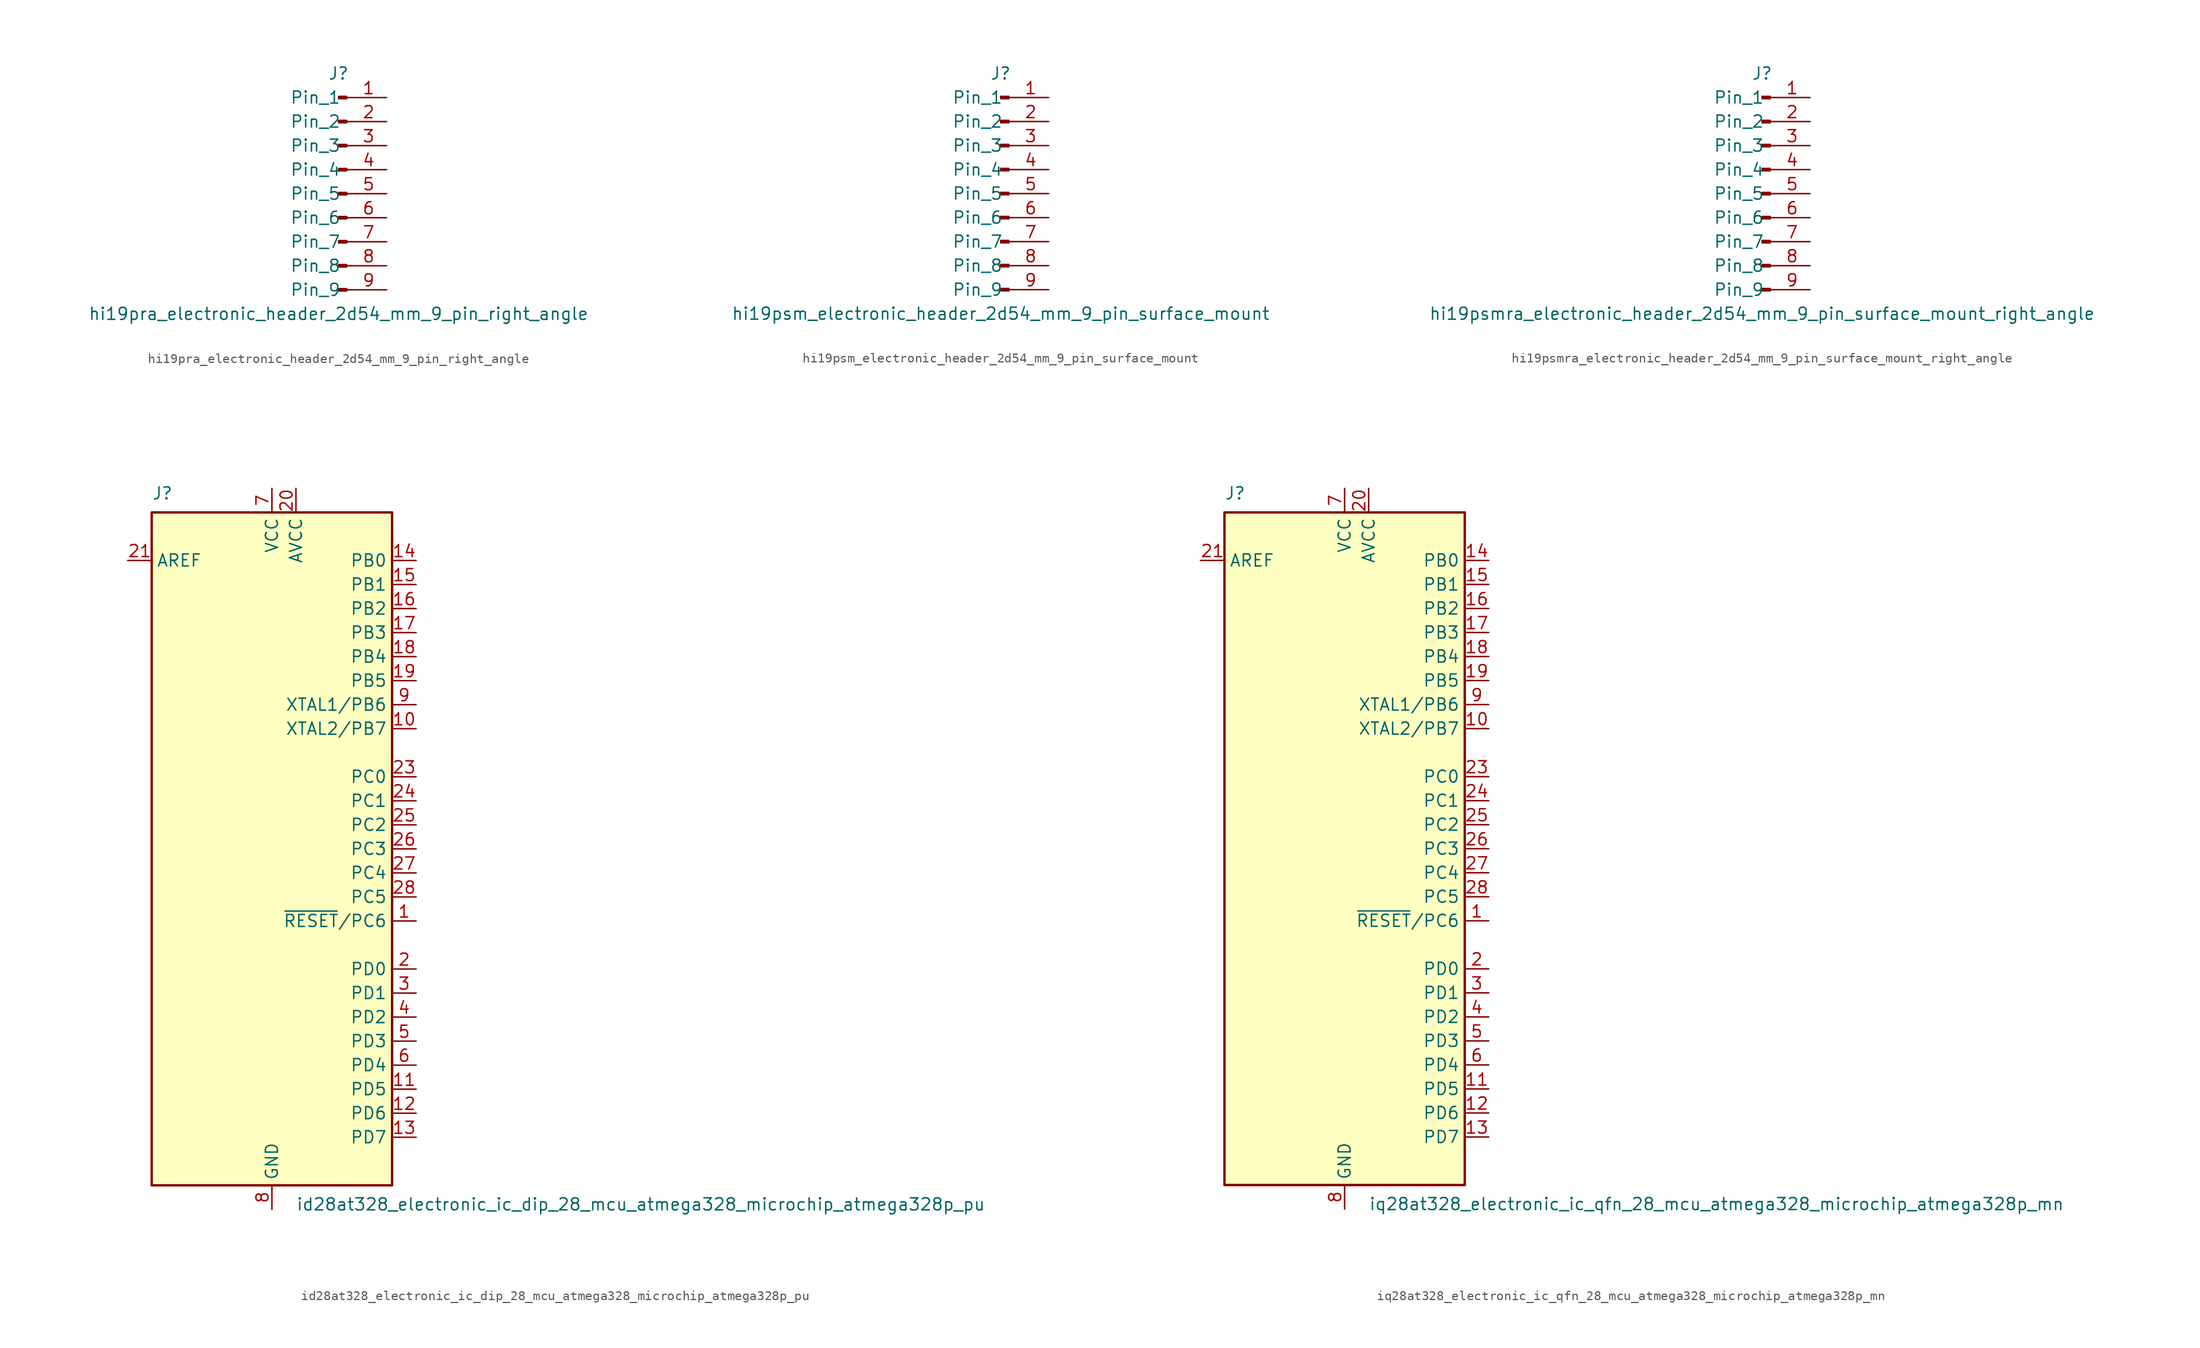
<source format=kicad_sym>
(kicad_symbol_lib
  (version 20220914)
  (generator kicad_symbol_editor)
  (symbol "hi19pra_electronic_header_2d54_mm_9_pin_right_angle"
    (pin_names
      (offset 1.016))
    (property "Reference" "J"
      (at 0 12.7 0)
      (effects (font (size 1.27 1.27))))
    (property "Value" "hi19pra_electronic_header_2d54_mm_9_pin_right_angle"
      (at 0 -12.7 0)
      (effects (font (size 1.27 1.27))))
    (property "ki_locked" ""
      (at 0 0 0)
      (effects (font (size 1.27 1.27))))
    (symbol "hi19pra_electronic_header_2d54_mm_9_pin_right_angle_1_1"
      (polyline (pts (xy 1.27 -10.16) (xy 0.864 -10.16)) (stroke (width 0.152) (type default)) (fill (type none)))
      (polyline (pts (xy 1.27 -7.62) (xy 0.864 -7.62)) (stroke (width 0.152) (type default)) (fill (type none)))
      (polyline (pts (xy 1.27 -5.08) (xy 0.864 -5.08)) (stroke (width 0.152) (type default)) (fill (type none)))
      (polyline (pts (xy 1.27 -2.54) (xy 0.864 -2.54)) (stroke (width 0.152) (type default)) (fill (type none)))
      (polyline (pts (xy 1.27 0) (xy 0.864 0)) (stroke (width 0.152) (type default)) (fill (type none)))
      (polyline (pts (xy 1.27 2.54) (xy 0.864 2.54)) (stroke (width 0.152) (type default)) (fill (type none)))
      (polyline (pts (xy 1.27 5.08) (xy 0.864 5.08)) (stroke (width 0.152) (type default)) (fill (type none)))
      (polyline (pts (xy 1.27 7.62) (xy 0.864 7.62)) (stroke (width 0.152) (type default)) (fill (type none)))
      (polyline (pts (xy 1.27 10.16) (xy 0.864 10.16)) (stroke (width 0.152) (type default)) (fill (type none)))
      (rectangle (start 0.864 -10.033) (end 0 -10.287) (stroke (width 0.152) (type default)) (fill (type outline)))
      (rectangle (start 0.864 -7.493) (end 0 -7.747) (stroke (width 0.152) (type default)) (fill (type outline)))
      (rectangle (start 0.864 -4.953) (end 0 -5.207) (stroke (width 0.152) (type default)) (fill (type outline)))
      (rectangle (start 0.864 -2.413) (end 0 -2.667) (stroke (width 0.152) (type default)) (fill (type outline)))
      (rectangle (start 0.864 0.127) (end 0 -0.127) (stroke (width 0.152) (type default)) (fill (type outline)))
      (rectangle (start 0.864 2.667) (end 0 2.413) (stroke (width 0.152) (type default)) (fill (type outline)))
      (rectangle (start 0.864 5.207) (end 0 4.953) (stroke (width 0.152) (type default)) (fill (type outline)))
      (rectangle (start 0.864 7.747) (end 0 7.493) (stroke (width 0.152) (type default)) (fill (type outline)))
      (rectangle (start 0.864 10.287) (end 0 10.033) (stroke (width 0.152) (type default)) (fill (type outline)))
      (pin passive line (at 5.08 10.16 180) (length 3.81) (name "Pin_1" (effects (font (size 1.27 1.27)))) (number "1" (effects (font (size 1.27 1.27)))))
      (pin passive line (at 5.08 7.62 180) (length 3.81) (name "Pin_2" (effects (font (size 1.27 1.27)))) (number "2" (effects (font (size 1.27 1.27)))))
      (pin passive line (at 5.08 5.08 180) (length 3.81) (name "Pin_3" (effects (font (size 1.27 1.27)))) (number "3" (effects (font (size 1.27 1.27)))))
      (pin passive line (at 5.08 2.54 180) (length 3.81) (name "Pin_4" (effects (font (size 1.27 1.27)))) (number "4" (effects (font (size 1.27 1.27)))))
      (pin passive line (at 5.08 0 180) (length 3.81) (name "Pin_5" (effects (font (size 1.27 1.27)))) (number "5" (effects (font (size 1.27 1.27)))))
      (pin passive line (at 5.08 -2.54 180) (length 3.81) (name "Pin_6" (effects (font (size 1.27 1.27)))) (number "6" (effects (font (size 1.27 1.27)))))
      (pin passive line (at 5.08 -5.08 180) (length 3.81) (name "Pin_7" (effects (font (size 1.27 1.27)))) (number "7" (effects (font (size 1.27 1.27)))))
      (pin passive line (at 5.08 -7.62 180) (length 3.81) (name "Pin_8" (effects (font (size 1.27 1.27)))) (number "8" (effects (font (size 1.27 1.27)))))
      (pin passive line (at 5.08 -10.16 180) (length 3.81) (name "Pin_9" (effects (font (size 1.27 1.27)))) (number "9" (effects (font (size 1.27 1.27)))))))
  (symbol "hi19psm_electronic_header_2d54_mm_9_pin_surface_mount"
    (pin_names
      (offset 1.016))
    (property "Reference" "J"
      (at 0 12.7 0)
      (effects (font (size 1.27 1.27))))
    (property "Value" "hi19psm_electronic_header_2d54_mm_9_pin_surface_mount"
      (at 0 -12.7 0)
      (effects (font (size 1.27 1.27))))
    (property "ki_locked" ""
      (at 0 0 0)
      (effects (font (size 1.27 1.27))))
    (symbol "hi19psm_electronic_header_2d54_mm_9_pin_surface_mount_1_1"
      (polyline (pts (xy 1.27 -10.16) (xy 0.864 -10.16)) (stroke (width 0.152) (type default)) (fill (type none)))
      (polyline (pts (xy 1.27 -7.62) (xy 0.864 -7.62)) (stroke (width 0.152) (type default)) (fill (type none)))
      (polyline (pts (xy 1.27 -5.08) (xy 0.864 -5.08)) (stroke (width 0.152) (type default)) (fill (type none)))
      (polyline (pts (xy 1.27 -2.54) (xy 0.864 -2.54)) (stroke (width 0.152) (type default)) (fill (type none)))
      (polyline (pts (xy 1.27 0) (xy 0.864 0)) (stroke (width 0.152) (type default)) (fill (type none)))
      (polyline (pts (xy 1.27 2.54) (xy 0.864 2.54)) (stroke (width 0.152) (type default)) (fill (type none)))
      (polyline (pts (xy 1.27 5.08) (xy 0.864 5.08)) (stroke (width 0.152) (type default)) (fill (type none)))
      (polyline (pts (xy 1.27 7.62) (xy 0.864 7.62)) (stroke (width 0.152) (type default)) (fill (type none)))
      (polyline (pts (xy 1.27 10.16) (xy 0.864 10.16)) (stroke (width 0.152) (type default)) (fill (type none)))
      (rectangle (start 0.864 -10.033) (end 0 -10.287) (stroke (width 0.152) (type default)) (fill (type outline)))
      (rectangle (start 0.864 -7.493) (end 0 -7.747) (stroke (width 0.152) (type default)) (fill (type outline)))
      (rectangle (start 0.864 -4.953) (end 0 -5.207) (stroke (width 0.152) (type default)) (fill (type outline)))
      (rectangle (start 0.864 -2.413) (end 0 -2.667) (stroke (width 0.152) (type default)) (fill (type outline)))
      (rectangle (start 0.864 0.127) (end 0 -0.127) (stroke (width 0.152) (type default)) (fill (type outline)))
      (rectangle (start 0.864 2.667) (end 0 2.413) (stroke (width 0.152) (type default)) (fill (type outline)))
      (rectangle (start 0.864 5.207) (end 0 4.953) (stroke (width 0.152) (type default)) (fill (type outline)))
      (rectangle (start 0.864 7.747) (end 0 7.493) (stroke (width 0.152) (type default)) (fill (type outline)))
      (rectangle (start 0.864 10.287) (end 0 10.033) (stroke (width 0.152) (type default)) (fill (type outline)))
      (pin passive line (at 5.08 10.16 180) (length 3.81) (name "Pin_1" (effects (font (size 1.27 1.27)))) (number "1" (effects (font (size 1.27 1.27)))))
      (pin passive line (at 5.08 7.62 180) (length 3.81) (name "Pin_2" (effects (font (size 1.27 1.27)))) (number "2" (effects (font (size 1.27 1.27)))))
      (pin passive line (at 5.08 5.08 180) (length 3.81) (name "Pin_3" (effects (font (size 1.27 1.27)))) (number "3" (effects (font (size 1.27 1.27)))))
      (pin passive line (at 5.08 2.54 180) (length 3.81) (name "Pin_4" (effects (font (size 1.27 1.27)))) (number "4" (effects (font (size 1.27 1.27)))))
      (pin passive line (at 5.08 0 180) (length 3.81) (name "Pin_5" (effects (font (size 1.27 1.27)))) (number "5" (effects (font (size 1.27 1.27)))))
      (pin passive line (at 5.08 -2.54 180) (length 3.81) (name "Pin_6" (effects (font (size 1.27 1.27)))) (number "6" (effects (font (size 1.27 1.27)))))
      (pin passive line (at 5.08 -5.08 180) (length 3.81) (name "Pin_7" (effects (font (size 1.27 1.27)))) (number "7" (effects (font (size 1.27 1.27)))))
      (pin passive line (at 5.08 -7.62 180) (length 3.81) (name "Pin_8" (effects (font (size 1.27 1.27)))) (number "8" (effects (font (size 1.27 1.27)))))
      (pin passive line (at 5.08 -10.16 180) (length 3.81) (name "Pin_9" (effects (font (size 1.27 1.27)))) (number "9" (effects (font (size 1.27 1.27)))))))
  (symbol "hi19psmra_electronic_header_2d54_mm_9_pin_surface_mount_right_angle"
    (pin_names
      (offset 1.016))
    (property "Reference" "J"
      (at 0 12.7 0)
      (effects (font (size 1.27 1.27))))
    (property "Value" "hi19psmra_electronic_header_2d54_mm_9_pin_surface_mount_right_angle"
      (at 0 -12.7 0)
      (effects (font (size 1.27 1.27))))
    (property "ki_locked" ""
      (at 0 0 0)
      (effects (font (size 1.27 1.27))))
    (symbol "hi19psmra_electronic_header_2d54_mm_9_pin_surface_mount_right_angle_1_1"
      (polyline (pts (xy 1.27 -10.16) (xy 0.864 -10.16)) (stroke (width 0.152) (type default)) (fill (type none)))
      (polyline (pts (xy 1.27 -7.62) (xy 0.864 -7.62)) (stroke (width 0.152) (type default)) (fill (type none)))
      (polyline (pts (xy 1.27 -5.08) (xy 0.864 -5.08)) (stroke (width 0.152) (type default)) (fill (type none)))
      (polyline (pts (xy 1.27 -2.54) (xy 0.864 -2.54)) (stroke (width 0.152) (type default)) (fill (type none)))
      (polyline (pts (xy 1.27 0) (xy 0.864 0)) (stroke (width 0.152) (type default)) (fill (type none)))
      (polyline (pts (xy 1.27 2.54) (xy 0.864 2.54)) (stroke (width 0.152) (type default)) (fill (type none)))
      (polyline (pts (xy 1.27 5.08) (xy 0.864 5.08)) (stroke (width 0.152) (type default)) (fill (type none)))
      (polyline (pts (xy 1.27 7.62) (xy 0.864 7.62)) (stroke (width 0.152) (type default)) (fill (type none)))
      (polyline (pts (xy 1.27 10.16) (xy 0.864 10.16)) (stroke (width 0.152) (type default)) (fill (type none)))
      (rectangle (start 0.864 -10.033) (end 0 -10.287) (stroke (width 0.152) (type default)) (fill (type outline)))
      (rectangle (start 0.864 -7.493) (end 0 -7.747) (stroke (width 0.152) (type default)) (fill (type outline)))
      (rectangle (start 0.864 -4.953) (end 0 -5.207) (stroke (width 0.152) (type default)) (fill (type outline)))
      (rectangle (start 0.864 -2.413) (end 0 -2.667) (stroke (width 0.152) (type default)) (fill (type outline)))
      (rectangle (start 0.864 0.127) (end 0 -0.127) (stroke (width 0.152) (type default)) (fill (type outline)))
      (rectangle (start 0.864 2.667) (end 0 2.413) (stroke (width 0.152) (type default)) (fill (type outline)))
      (rectangle (start 0.864 5.207) (end 0 4.953) (stroke (width 0.152) (type default)) (fill (type outline)))
      (rectangle (start 0.864 7.747) (end 0 7.493) (stroke (width 0.152) (type default)) (fill (type outline)))
      (rectangle (start 0.864 10.287) (end 0 10.033) (stroke (width 0.152) (type default)) (fill (type outline)))
      (pin passive line (at 5.08 10.16 180) (length 3.81) (name "Pin_1" (effects (font (size 1.27 1.27)))) (number "1" (effects (font (size 1.27 1.27)))))
      (pin passive line (at 5.08 7.62 180) (length 3.81) (name "Pin_2" (effects (font (size 1.27 1.27)))) (number "2" (effects (font (size 1.27 1.27)))))
      (pin passive line (at 5.08 5.08 180) (length 3.81) (name "Pin_3" (effects (font (size 1.27 1.27)))) (number "3" (effects (font (size 1.27 1.27)))))
      (pin passive line (at 5.08 2.54 180) (length 3.81) (name "Pin_4" (effects (font (size 1.27 1.27)))) (number "4" (effects (font (size 1.27 1.27)))))
      (pin passive line (at 5.08 0 180) (length 3.81) (name "Pin_5" (effects (font (size 1.27 1.27)))) (number "5" (effects (font (size 1.27 1.27)))))
      (pin passive line (at 5.08 -2.54 180) (length 3.81) (name "Pin_6" (effects (font (size 1.27 1.27)))) (number "6" (effects (font (size 1.27 1.27)))))
      (pin passive line (at 5.08 -5.08 180) (length 3.81) (name "Pin_7" (effects (font (size 1.27 1.27)))) (number "7" (effects (font (size 1.27 1.27)))))
      (pin passive line (at 5.08 -7.62 180) (length 3.81) (name "Pin_8" (effects (font (size 1.27 1.27)))) (number "8" (effects (font (size 1.27 1.27)))))
      (pin passive line (at 5.08 -10.16 180) (length 3.81) (name "Pin_9" (effects (font (size 1.27 1.27)))) (number "9" (effects (font (size 1.27 1.27)))))))
  (symbol "id28at328_electronic_ic_dip_28_mcu_atmega328_microchip_atmega328p_pu"
    (property "Reference" "J"
      (at -12.7 36.83 0)
      (effects (font (size 1.27 1.27)) (justify left bottom)))
    (property "Value" "id28at328_electronic_ic_dip_28_mcu_atmega328_microchip_atmega328p_pu"
      (at 2.54 -36.83 0)
      (effects (font (size 1.27 1.27)) (justify left top)))
    (symbol "id28at328_electronic_ic_dip_28_mcu_atmega328_microchip_atmega328p_pu_0_1"
      (rectangle (start -12.7 -35.56) (end 12.7 35.56) (stroke (width 0.254) (type default)) (fill (type background))))
    (symbol "id28at328_electronic_ic_dip_28_mcu_atmega328_microchip_atmega328p_pu_1_1"
      (pin bidirectional line (at 15.24 -7.62 180) (length 2.54) (name "~{RESET}/PC6" (effects (font (size 1.27 1.27)))) (number "1" (effects (font (size 1.27 1.27)))))
      (pin bidirectional line (at 15.24 12.7 180) (length 2.54) (name "XTAL2/PB7" (effects (font (size 1.27 1.27)))) (number "10" (effects (font (size 1.27 1.27)))))
      (pin bidirectional line (at 15.24 -25.4 180) (length 2.54) (name "PD5" (effects (font (size 1.27 1.27)))) (number "11" (effects (font (size 1.27 1.27)))))
      (pin bidirectional line (at 15.24 -27.94 180) (length 2.54) (name "PD6" (effects (font (size 1.27 1.27)))) (number "12" (effects (font (size 1.27 1.27)))))
      (pin bidirectional line (at 15.24 -30.48 180) (length 2.54) (name "PD7" (effects (font (size 1.27 1.27)))) (number "13" (effects (font (size 1.27 1.27)))))
      (pin bidirectional line (at 15.24 30.48 180) (length 2.54) (name "PB0" (effects (font (size 1.27 1.27)))) (number "14" (effects (font (size 1.27 1.27)))))
      (pin bidirectional line (at 15.24 27.94 180) (length 2.54) (name "PB1" (effects (font (size 1.27 1.27)))) (number "15" (effects (font (size 1.27 1.27)))))
      (pin bidirectional line (at 15.24 25.4 180) (length 2.54) (name "PB2" (effects (font (size 1.27 1.27)))) (number "16" (effects (font (size 1.27 1.27)))))
      (pin bidirectional line (at 15.24 22.86 180) (length 2.54) (name "PB3" (effects (font (size 1.27 1.27)))) (number "17" (effects (font (size 1.27 1.27)))))
      (pin bidirectional line (at 15.24 20.32 180) (length 2.54) (name "PB4" (effects (font (size 1.27 1.27)))) (number "18" (effects (font (size 1.27 1.27)))))
      (pin bidirectional line (at 15.24 17.78 180) (length 2.54) (name "PB5" (effects (font (size 1.27 1.27)))) (number "19" (effects (font (size 1.27 1.27)))))
      (pin bidirectional line (at 15.24 -12.7 180) (length 2.54) (name "PD0" (effects (font (size 1.27 1.27)))) (number "2" (effects (font (size 1.27 1.27)))))
      (pin power_in line (at 2.54 38.1 270) (length 2.54) (name "AVCC" (effects (font (size 1.27 1.27)))) (number "20" (effects (font (size 1.27 1.27)))))
      (pin passive line (at -15.24 30.48 0) (length 2.54) (name "AREF" (effects (font (size 1.27 1.27)))) (number "21" (effects (font (size 1.27 1.27)))))
      (pin passive line (at 0 -38.1 90) (length 2.54) hide (name "GND" (effects (font (size 1.27 1.27)))) (number "22" (effects (font (size 1.27 1.27)))))
      (pin bidirectional line (at 15.24 7.62 180) (length 2.54) (name "PC0" (effects (font (size 1.27 1.27)))) (number "23" (effects (font (size 1.27 1.27)))))
      (pin bidirectional line (at 15.24 5.08 180) (length 2.54) (name "PC1" (effects (font (size 1.27 1.27)))) (number "24" (effects (font (size 1.27 1.27)))))
      (pin bidirectional line (at 15.24 2.54 180) (length 2.54) (name "PC2" (effects (font (size 1.27 1.27)))) (number "25" (effects (font (size 1.27 1.27)))))
      (pin bidirectional line (at 15.24 0 180) (length 2.54) (name "PC3" (effects (font (size 1.27 1.27)))) (number "26" (effects (font (size 1.27 1.27)))))
      (pin bidirectional line (at 15.24 -2.54 180) (length 2.54) (name "PC4" (effects (font (size 1.27 1.27)))) (number "27" (effects (font (size 1.27 1.27)))))
      (pin bidirectional line (at 15.24 -5.08 180) (length 2.54) (name "PC5" (effects (font (size 1.27 1.27)))) (number "28" (effects (font (size 1.27 1.27)))))
      (pin bidirectional line (at 15.24 -15.24 180) (length 2.54) (name "PD1" (effects (font (size 1.27 1.27)))) (number "3" (effects (font (size 1.27 1.27)))))
      (pin bidirectional line (at 15.24 -17.78 180) (length 2.54) (name "PD2" (effects (font (size 1.27 1.27)))) (number "4" (effects (font (size 1.27 1.27)))))
      (pin bidirectional line (at 15.24 -20.32 180) (length 2.54) (name "PD3" (effects (font (size 1.27 1.27)))) (number "5" (effects (font (size 1.27 1.27)))))
      (pin bidirectional line (at 15.24 -22.86 180) (length 2.54) (name "PD4" (effects (font (size 1.27 1.27)))) (number "6" (effects (font (size 1.27 1.27)))))
      (pin power_in line (at 0 38.1 270) (length 2.54) (name "VCC" (effects (font (size 1.27 1.27)))) (number "7" (effects (font (size 1.27 1.27)))))
      (pin power_in line (at 0 -38.1 90) (length 2.54) (name "GND" (effects (font (size 1.27 1.27)))) (number "8" (effects (font (size 1.27 1.27)))))
      (pin bidirectional line (at 15.24 15.24 180) (length 2.54) (name "XTAL1/PB6" (effects (font (size 1.27 1.27)))) (number "9" (effects (font (size 1.27 1.27)))))))
  (symbol "iq28at328_electronic_ic_qfn_28_mcu_atmega328_microchip_atmega328p_mn"
    (property "Reference" "J"
      (at -12.7 36.83 0)
      (effects (font (size 1.27 1.27)) (justify left bottom)))
    (property "Value" "iq28at328_electronic_ic_qfn_28_mcu_atmega328_microchip_atmega328p_mn"
      (at 2.54 -36.83 0)
      (effects (font (size 1.27 1.27)) (justify left top)))
    (symbol "iq28at328_electronic_ic_qfn_28_mcu_atmega328_microchip_atmega328p_mn_0_1"
      (rectangle (start -12.7 -35.56) (end 12.7 35.56) (stroke (width 0.254) (type default)) (fill (type background))))
    (symbol "iq28at328_electronic_ic_qfn_28_mcu_atmega328_microchip_atmega328p_mn_1_1"
      (pin bidirectional line (at 15.24 -7.62 180) (length 2.54) (name "~{RESET}/PC6" (effects (font (size 1.27 1.27)))) (number "1" (effects (font (size 1.27 1.27)))))
      (pin bidirectional line (at 15.24 12.7 180) (length 2.54) (name "XTAL2/PB7" (effects (font (size 1.27 1.27)))) (number "10" (effects (font (size 1.27 1.27)))))
      (pin bidirectional line (at 15.24 -25.4 180) (length 2.54) (name "PD5" (effects (font (size 1.27 1.27)))) (number "11" (effects (font (size 1.27 1.27)))))
      (pin bidirectional line (at 15.24 -27.94 180) (length 2.54) (name "PD6" (effects (font (size 1.27 1.27)))) (number "12" (effects (font (size 1.27 1.27)))))
      (pin bidirectional line (at 15.24 -30.48 180) (length 2.54) (name "PD7" (effects (font (size 1.27 1.27)))) (number "13" (effects (font (size 1.27 1.27)))))
      (pin bidirectional line (at 15.24 30.48 180) (length 2.54) (name "PB0" (effects (font (size 1.27 1.27)))) (number "14" (effects (font (size 1.27 1.27)))))
      (pin bidirectional line (at 15.24 27.94 180) (length 2.54) (name "PB1" (effects (font (size 1.27 1.27)))) (number "15" (effects (font (size 1.27 1.27)))))
      (pin bidirectional line (at 15.24 25.4 180) (length 2.54) (name "PB2" (effects (font (size 1.27 1.27)))) (number "16" (effects (font (size 1.27 1.27)))))
      (pin bidirectional line (at 15.24 22.86 180) (length 2.54) (name "PB3" (effects (font (size 1.27 1.27)))) (number "17" (effects (font (size 1.27 1.27)))))
      (pin bidirectional line (at 15.24 20.32 180) (length 2.54) (name "PB4" (effects (font (size 1.27 1.27)))) (number "18" (effects (font (size 1.27 1.27)))))
      (pin bidirectional line (at 15.24 17.78 180) (length 2.54) (name "PB5" (effects (font (size 1.27 1.27)))) (number "19" (effects (font (size 1.27 1.27)))))
      (pin bidirectional line (at 15.24 -12.7 180) (length 2.54) (name "PD0" (effects (font (size 1.27 1.27)))) (number "2" (effects (font (size 1.27 1.27)))))
      (pin power_in line (at 2.54 38.1 270) (length 2.54) (name "AVCC" (effects (font (size 1.27 1.27)))) (number "20" (effects (font (size 1.27 1.27)))))
      (pin passive line (at -15.24 30.48 0) (length 2.54) (name "AREF" (effects (font (size 1.27 1.27)))) (number "21" (effects (font (size 1.27 1.27)))))
      (pin passive line (at 0 -38.1 90) (length 2.54) hide (name "GND" (effects (font (size 1.27 1.27)))) (number "22" (effects (font (size 1.27 1.27)))))
      (pin bidirectional line (at 15.24 7.62 180) (length 2.54) (name "PC0" (effects (font (size 1.27 1.27)))) (number "23" (effects (font (size 1.27 1.27)))))
      (pin bidirectional line (at 15.24 5.08 180) (length 2.54) (name "PC1" (effects (font (size 1.27 1.27)))) (number "24" (effects (font (size 1.27 1.27)))))
      (pin bidirectional line (at 15.24 2.54 180) (length 2.54) (name "PC2" (effects (font (size 1.27 1.27)))) (number "25" (effects (font (size 1.27 1.27)))))
      (pin bidirectional line (at 15.24 0 180) (length 2.54) (name "PC3" (effects (font (size 1.27 1.27)))) (number "26" (effects (font (size 1.27 1.27)))))
      (pin bidirectional line (at 15.24 -2.54 180) (length 2.54) (name "PC4" (effects (font (size 1.27 1.27)))) (number "27" (effects (font (size 1.27 1.27)))))
      (pin bidirectional line (at 15.24 -5.08 180) (length 2.54) (name "PC5" (effects (font (size 1.27 1.27)))) (number "28" (effects (font (size 1.27 1.27)))))
      (pin bidirectional line (at 15.24 -15.24 180) (length 2.54) (name "PD1" (effects (font (size 1.27 1.27)))) (number "3" (effects (font (size 1.27 1.27)))))
      (pin bidirectional line (at 15.24 -17.78 180) (length 2.54) (name "PD2" (effects (font (size 1.27 1.27)))) (number "4" (effects (font (size 1.27 1.27)))))
      (pin bidirectional line (at 15.24 -20.32 180) (length 2.54) (name "PD3" (effects (font (size 1.27 1.27)))) (number "5" (effects (font (size 1.27 1.27)))))
      (pin bidirectional line (at 15.24 -22.86 180) (length 2.54) (name "PD4" (effects (font (size 1.27 1.27)))) (number "6" (effects (font (size 1.27 1.27)))))
      (pin power_in line (at 0 38.1 270) (length 2.54) (name "VCC" (effects (font (size 1.27 1.27)))) (number "7" (effects (font (size 1.27 1.27)))))
      (pin power_in line (at 0 -38.1 90) (length 2.54) (name "GND" (effects (font (size 1.27 1.27)))) (number "8" (effects (font (size 1.27 1.27)))))
      (pin bidirectional line (at 15.24 15.24 180) (length 2.54) (name "XTAL1/PB6" (effects (font (size 1.27 1.27)))) (number "9" (effects (font (size 1.27 1.27))))))))
</source>
